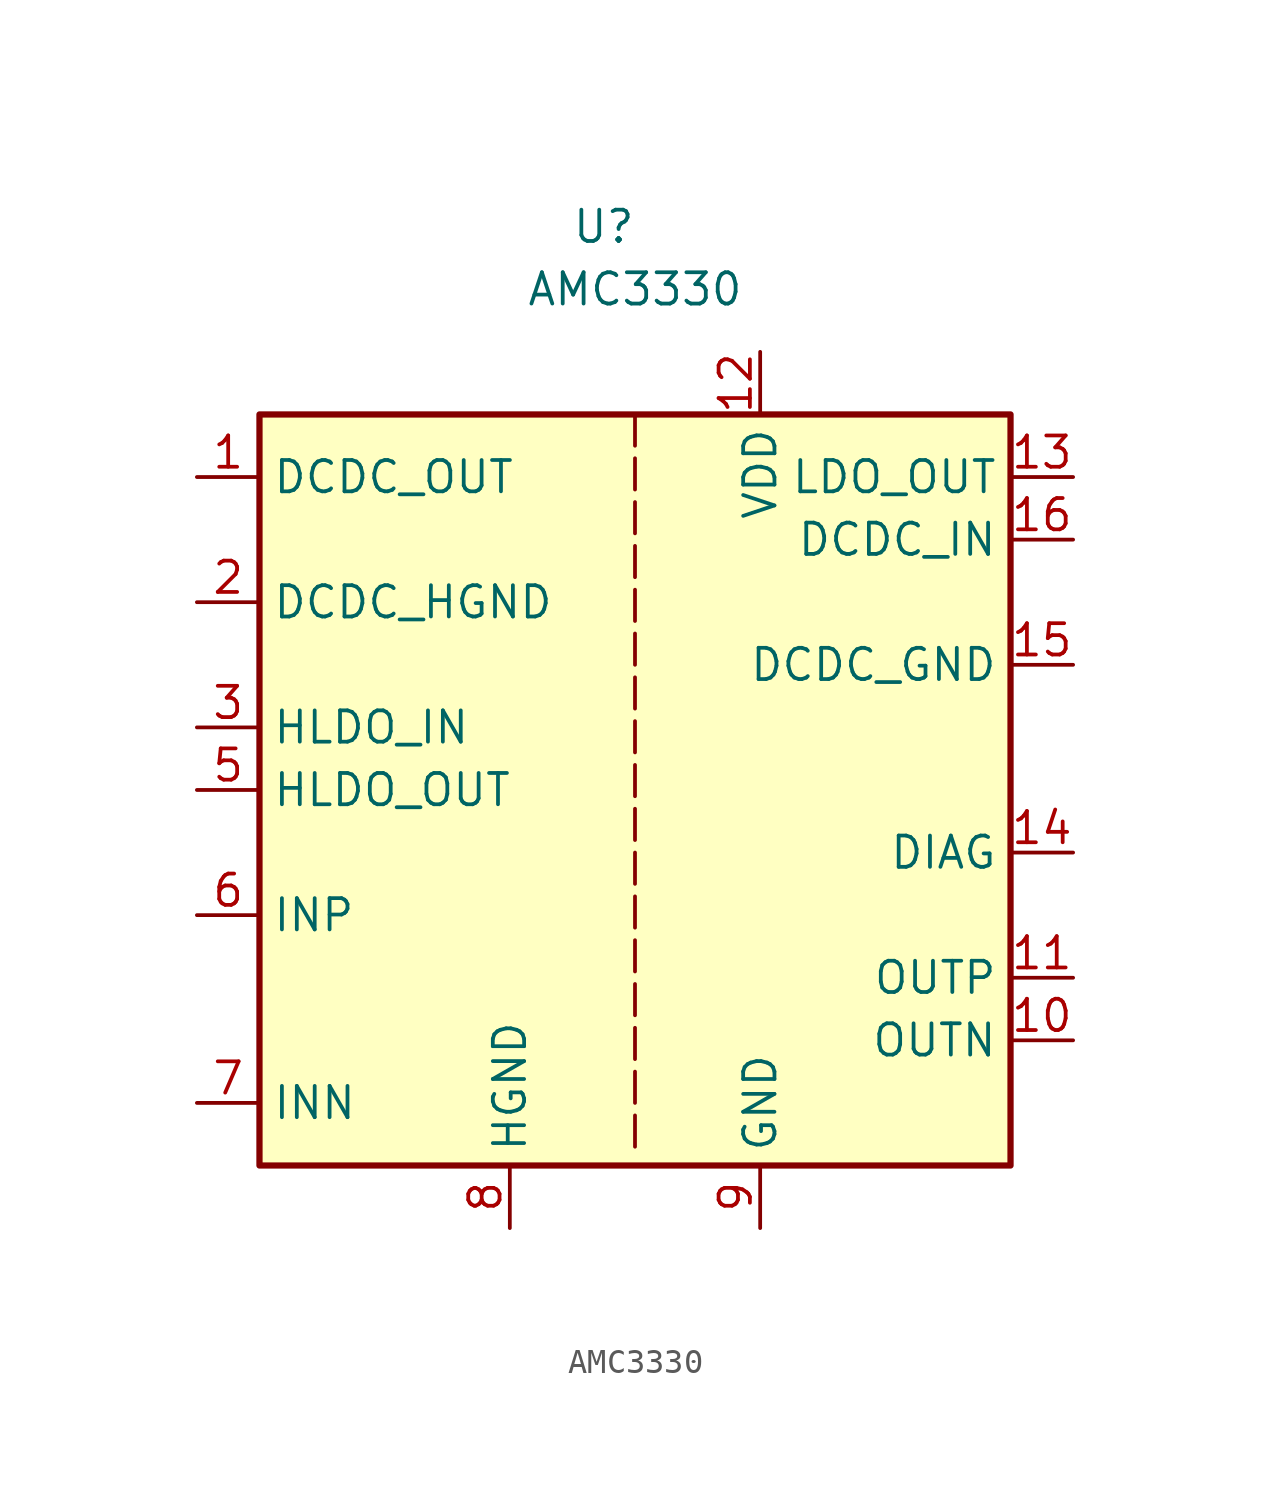
<source format=kicad_sym>
(kicad_symbol_lib
  (version 20220914)
  (generator kicad_symbol_editor)
  (symbol "AMC3330"
    (property "Reference" "U"
      (at -1.27 22.86 0)
      (effects (font (size 1.27 1.27))))
    (property "Value" "AMC3330"
      (at 0 20.32 0)
      (effects (font (size 1.27 1.27))))
    (symbol "AMC3330_0_1"
      (rectangle (start -15.24 15.24) (end 15.24 -15.24) (stroke (width 0.254) (type default)) (fill (type background)))
      (polyline (pts (xy 0 -13.208) (xy 0 -14.478)) (stroke (width 0) (type default)) (fill (type none)))
      (polyline (pts (xy 0 -11.43) (xy 0 -12.7)) (stroke (width 0) (type default)) (fill (type none)))
      (polyline (pts (xy 0 -9.652) (xy 0 -10.922)) (stroke (width 0) (type default)) (fill (type none)))
      (polyline (pts (xy 0 -7.874) (xy 0 -9.144)) (stroke (width 0) (type default)) (fill (type none)))
      (polyline (pts (xy 0 -6.096) (xy 0 -7.366)) (stroke (width 0) (type default)) (fill (type none)))
      (polyline (pts (xy 0 -4.318) (xy 0 -5.588)) (stroke (width 0) (type default)) (fill (type none)))
      (polyline (pts (xy 0 -2.54) (xy 0 -3.81)) (stroke (width 0) (type default)) (fill (type none)))
      (polyline (pts (xy 0 -0.762) (xy 0 -2.032)) (stroke (width 0) (type default)) (fill (type none)))
      (polyline (pts (xy 0 1.016) (xy 0 -0.254)) (stroke (width 0) (type default)) (fill (type none)))
      (polyline (pts (xy 0 2.794) (xy 0 1.524)) (stroke (width 0) (type default)) (fill (type none)))
      (polyline (pts (xy 0 4.572) (xy 0 3.302)) (stroke (width 0) (type default)) (fill (type none)))
      (polyline (pts (xy 0 6.35) (xy 0 5.08)) (stroke (width 0) (type default)) (fill (type none)))
      (polyline (pts (xy 0 8.128) (xy 0 6.858)) (stroke (width 0) (type default)) (fill (type none)))
      (polyline (pts (xy 0 9.906) (xy 0 8.636)) (stroke (width 0) (type default)) (fill (type none)))
      (polyline (pts (xy 0 11.684) (xy 0 10.414)) (stroke (width 0) (type default)) (fill (type none)))
      (polyline (pts (xy 0 13.462) (xy 0 12.192)) (stroke (width 0) (type default)) (fill (type none)))
      (polyline (pts (xy 0 15.24) (xy 0 13.97)) (stroke (width 0) (type default)) (fill (type none))))
    (symbol "AMC3330_1_1"
      (pin power_out line (at -17.78 12.7 0) (length 2.54) (name "DCDC_OUT" (effects (font (size 1.27 1.27)))) (number "1" (effects (font (size 1.27 1.27)))))
      (pin output line (at 17.78 -10.16 180) (length 2.54) (name "OUTN" (effects (font (size 1.27 1.27)))) (number "10" (effects (font (size 1.27 1.27)))))
      (pin output line (at 17.78 -7.62 180) (length 2.54) (name "OUTP" (effects (font (size 1.27 1.27)))) (number "11" (effects (font (size 1.27 1.27)))))
      (pin power_in line (at 5.08 17.78 270) (length 2.54) (name "VDD" (effects (font (size 1.27 1.27)))) (number "12" (effects (font (size 1.27 1.27)))))
      (pin power_out line (at 17.78 12.7 180) (length 2.54) (name "LDO_OUT" (effects (font (size 1.27 1.27)))) (number "13" (effects (font (size 1.27 1.27)))))
      (pin output line (at 17.78 -2.54 180) (length 2.54) (name "DIAG" (effects (font (size 1.27 1.27)))) (number "14" (effects (font (size 1.27 1.27)))))
      (pin power_in line (at 17.78 5.08 180) (length 2.54) (name "DCDC_GND" (effects (font (size 1.27 1.27)))) (number "15" (effects (font (size 1.27 1.27)))))
      (pin power_in line (at 17.78 10.16 180) (length 2.54) (name "DCDC_IN" (effects (font (size 1.27 1.27)))) (number "16" (effects (font (size 1.27 1.27)))))
      (pin power_out line (at -17.78 7.62 0) (length 2.54) (name "DCDC_HGND" (effects (font (size 1.27 1.27)))) (number "2" (effects (font (size 1.27 1.27)))))
      (pin power_in line (at -17.78 2.54 0) (length 2.54) (name "HLDO_IN" (effects (font (size 1.27 1.27)))) (number "3" (effects (font (size 1.27 1.27)))))
      (pin no_connect line (at -7.62 -15.24 90) (length 2.54) hide (name "NC" (effects (font (size 1.27 1.27)))) (number "4" (effects (font (size 1.27 1.27)))))
      (pin power_out line (at -17.78 0 0) (length 2.54) (name "HLDO_OUT" (effects (font (size 1.27 1.27)))) (number "5" (effects (font (size 1.27 1.27)))))
      (pin input line (at -17.78 -5.08 0) (length 2.54) (name "INP" (effects (font (size 1.27 1.27)))) (number "6" (effects (font (size 1.27 1.27)))))
      (pin input line (at -17.78 -12.7 0) (length 2.54) (name "INN" (effects (font (size 1.27 1.27)))) (number "7" (effects (font (size 1.27 1.27)))))
      (pin power_in line (at -5.08 -17.78 90) (length 2.54) (name "HGND" (effects (font (size 1.27 1.27)))) (number "8" (effects (font (size 1.27 1.27)))))
      (pin power_in line (at 5.08 -17.78 90) (length 2.54) (name "GND" (effects (font (size 1.27 1.27)))) (number "9" (effects (font (size 1.27 1.27))))))))
</source>
